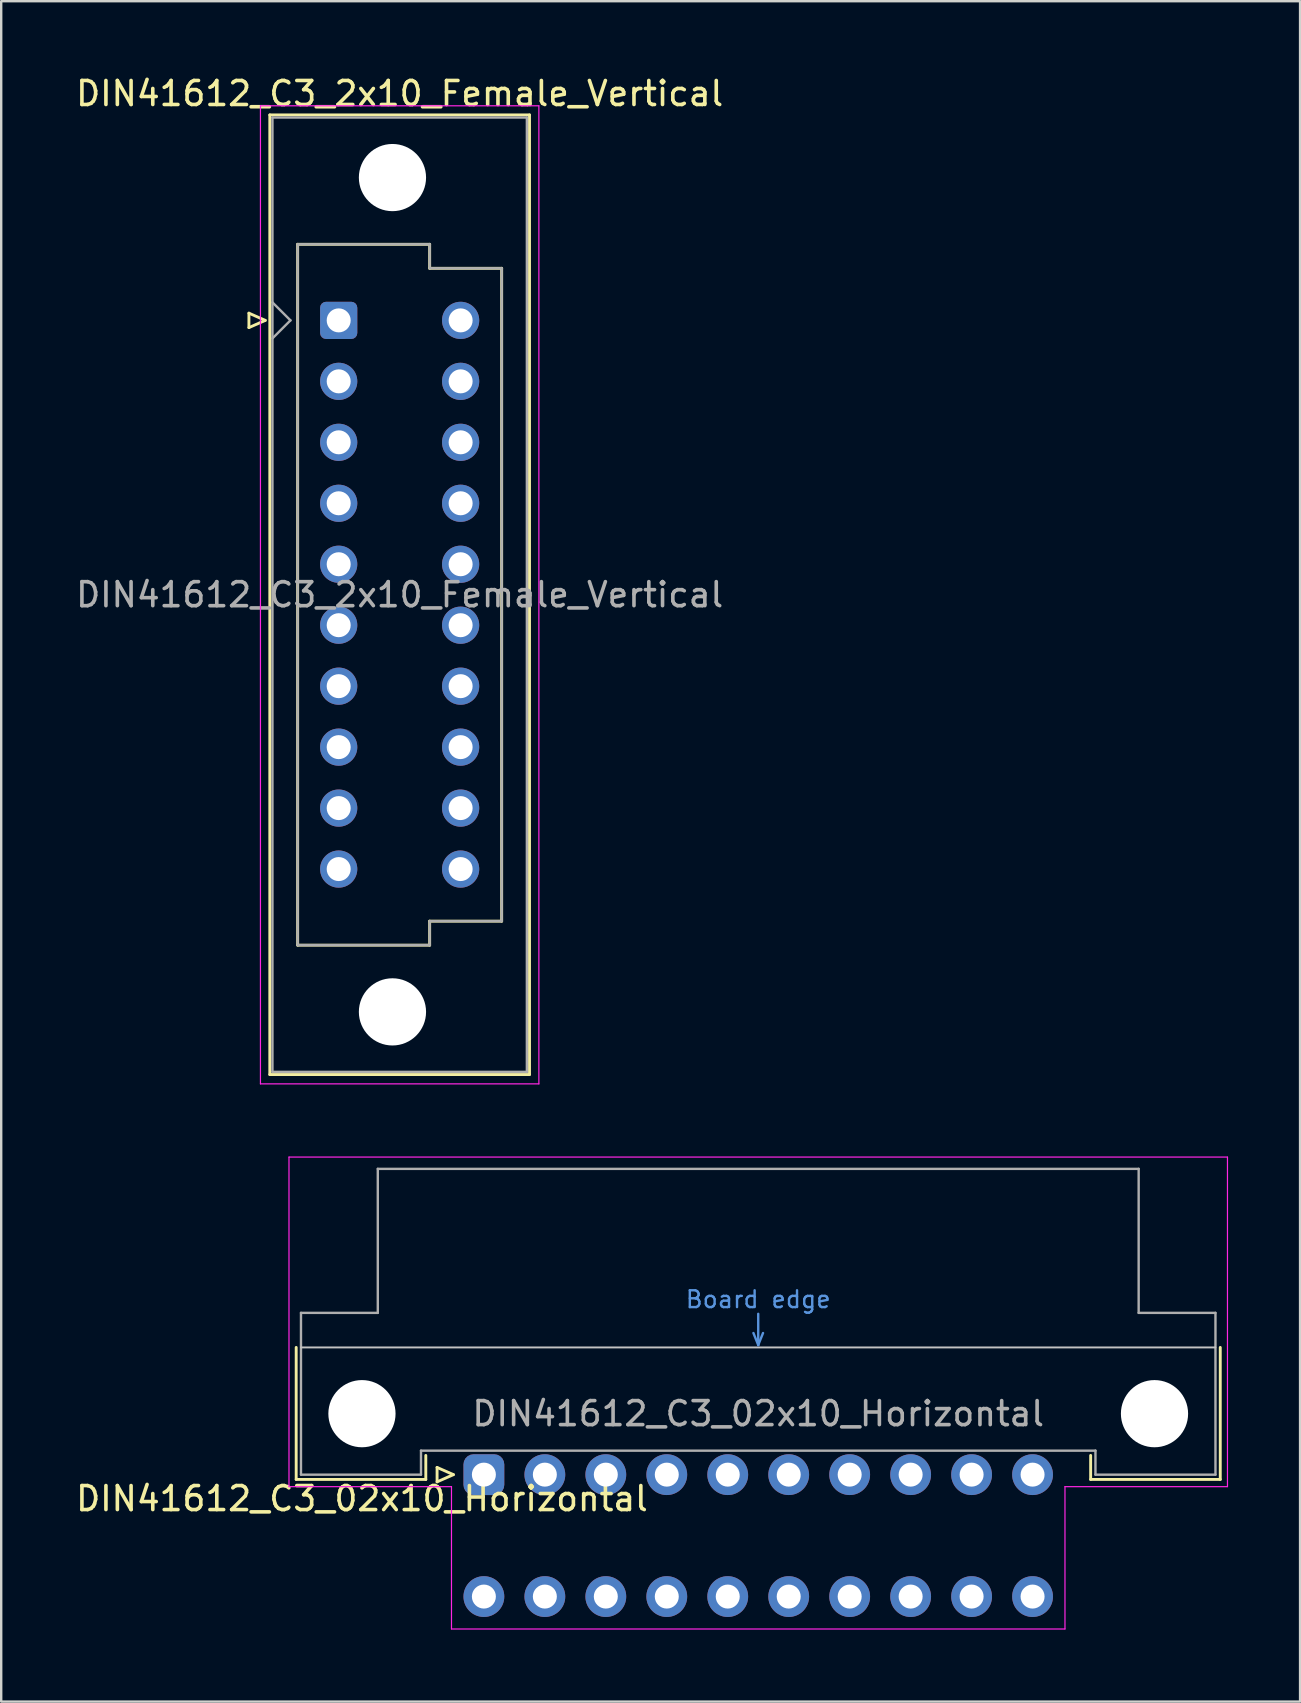
<source format=kicad_pcb>
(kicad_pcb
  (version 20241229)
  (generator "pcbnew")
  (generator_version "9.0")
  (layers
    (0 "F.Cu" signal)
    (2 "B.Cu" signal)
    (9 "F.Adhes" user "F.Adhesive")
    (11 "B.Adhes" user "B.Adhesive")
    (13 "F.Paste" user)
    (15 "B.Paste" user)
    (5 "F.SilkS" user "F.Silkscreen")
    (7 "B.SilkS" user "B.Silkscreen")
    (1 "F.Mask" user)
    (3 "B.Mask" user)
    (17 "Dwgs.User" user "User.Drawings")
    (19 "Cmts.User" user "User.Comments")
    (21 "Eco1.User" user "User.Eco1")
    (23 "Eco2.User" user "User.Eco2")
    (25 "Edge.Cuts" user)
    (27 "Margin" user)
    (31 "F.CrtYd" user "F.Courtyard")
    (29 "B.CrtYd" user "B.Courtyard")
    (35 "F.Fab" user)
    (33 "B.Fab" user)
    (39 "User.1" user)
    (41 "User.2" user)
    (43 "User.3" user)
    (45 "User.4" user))
  (footprint "DIN41612_C3_2x10_Female_Vertical"
    (layer "F.Cu")
    (at 11.061 10.298)
    (property "Reference" "DIN41612_C3_2x10_Female_Vertical" (at 2.54 -9.45 0) (layer "F.SilkS") (effects (font (size 1 1) (thickness 0.15))))
    (attr through_hole)
    (fp_line (start -3.74 -0.3) (end -3.74 0.3) (stroke (width 0.12) (type solid)) (layer "F.SilkS"))
    (fp_line (start -3.74 0.3) (end -3.06 0) (stroke (width 0.12) (type solid)) (layer "F.SilkS"))
    (fp_line (start -3.06 0) (end -3.74 -0.3) (stroke (width 0.12) (type solid)) (layer "F.SilkS"))
    (fp_line (start -2.87 -8.56) (end 7.95 -8.56) (stroke (width 0.12) (type solid)) (layer "F.SilkS"))
    (fp_line (start -2.87 31.42) (end -2.87 -8.56) (stroke (width 0.12) (type solid)) (layer "F.SilkS"))
    (fp_line (start -1.71 -3.17) (end 3.79 -3.17) (stroke (width 0.12) (type solid)) (layer "F.SilkS"))
    (fp_line (start -1.71 26.03) (end -1.71 -3.17) (stroke (width 0.12) (type solid)) (layer "F.SilkS"))
    (fp_line (start 3.79 -3.17) (end 3.79 -2.17) (stroke (width 0.12) (type solid)) (layer "F.SilkS"))
    (fp_line (start 3.79 -2.17) (end 6.79 -2.17) (stroke (width 0.12) (type solid)) (layer "F.SilkS"))
    (fp_line (start 3.79 25.03) (end 3.79 26.03) (stroke (width 0.12) (type solid)) (layer "F.SilkS"))
    (fp_line (start 3.79 26.03) (end -1.71 26.03) (stroke (width 0.12) (type solid)) (layer "F.SilkS"))
    (fp_line (start 6.79 -2.17) (end 6.79 25.03) (stroke (width 0.12) (type solid)) (layer "F.SilkS"))
    (fp_line (start 6.79 25.03) (end 3.79 25.03) (stroke (width 0.12) (type solid)) (layer "F.SilkS"))
    (fp_line (start 7.95 -8.56) (end 7.95 31.42) (stroke (width 0.12) (type solid)) (layer "F.SilkS"))
    (fp_line (start 7.95 31.42) (end -2.87 31.42) (stroke (width 0.12) (type solid)) (layer "F.SilkS"))
    (fp_line (start -3.26 -8.94) (end 8.34 -8.94) (stroke (width 0.05) (type solid)) (layer "F.CrtYd"))
    (fp_line (start -3.26 31.81) (end -3.26 -8.94) (stroke (width 0.05) (type solid)) (layer "F.CrtYd"))
    (fp_line (start 8.34 -8.94) (end 8.34 31.81) (stroke (width 0.05) (type solid)) (layer "F.CrtYd"))
    (fp_line (start 8.34 31.81) (end -3.26 31.81) (stroke (width 0.05) (type solid)) (layer "F.CrtYd"))
    (fp_line (start -2.76 -8.45) (end 7.84 -8.45) (stroke (width 0.1) (type solid)) (layer "F.Fab"))
    (fp_line (start -2.76 -0.75) (end -2.01 0) (stroke (width 0.1) (type solid)) (layer "F.Fab"))
    (fp_line (start -2.76 31.31) (end -2.76 -8.45) (stroke (width 0.1) (type solid)) (layer "F.Fab"))
    (fp_line (start -2.01 0) (end -2.76 0.75) (stroke (width 0.1) (type solid)) (layer "F.Fab"))
    (fp_line (start -1.71 -3.17) (end 3.79 -3.17) (stroke (width 0.1) (type solid)) (layer "F.Fab"))
    (fp_line (start -1.71 26.03) (end -1.71 -3.17) (stroke (width 0.1) (type solid)) (layer "F.Fab"))
    (fp_line (start 3.79 -3.17) (end 3.79 -2.17) (stroke (width 0.1) (type solid)) (layer "F.Fab"))
    (fp_line (start 3.79 -2.17) (end 6.79 -2.17) (stroke (width 0.1) (type solid)) (layer "F.Fab"))
    (fp_line (start 3.79 25.03) (end 3.79 26.03) (stroke (width 0.1) (type solid)) (layer "F.Fab"))
    (fp_line (start 3.79 26.03) (end -1.71 26.03) (stroke (width 0.1) (type solid)) (layer "F.Fab"))
    (fp_line (start 6.79 -2.17) (end 6.79 25.03) (stroke (width 0.1) (type solid)) (layer "F.Fab"))
    (fp_line (start 6.79 25.03) (end 3.79 25.03) (stroke (width 0.1) (type solid)) (layer "F.Fab"))
    (fp_line (start 7.84 -8.45) (end 7.84 31.31) (stroke (width 0.1) (type solid)) (layer "F.Fab"))
    (fp_line (start 7.84 31.31) (end -2.76 31.31) (stroke (width 0.1) (type solid)) (layer "F.Fab"))
    (fp_text user "${REFERENCE}" (at 2.54 11.43 0) (layer "F.Fab") (effects (font (size 1 1) (thickness 0.15))))
    (pad "" np_thru_hole circle (at 2.24 -5.95) (size 2.8 2.8) (drill 2.8) (layers "*.Cu" "*.Mask"))
    (pad "" np_thru_hole circle (at 2.24 28.81) (size 2.8 2.8) (drill 2.8) (layers "*.Cu" "*.Mask"))
    (pad "a1" thru_hole roundrect (at 0 0) (size 1.55 1.55) (drill 1) (layers "*.Cu" "*.Mask") (roundrect_rratio 0.161))
    (pad "a2" thru_hole circle (at 0 2.54) (size 1.55 1.55) (drill 1) (layers "*.Cu" "*.Mask"))
    (pad "a3" thru_hole circle (at 0 5.08) (size 1.55 1.55) (drill 1) (layers "*.Cu" "*.Mask"))
    (pad "a4" thru_hole circle (at 0 7.62) (size 1.55 1.55) (drill 1) (layers "*.Cu" "*.Mask"))
    (pad "a5" thru_hole circle (at 0 10.16) (size 1.55 1.55) (drill 1) (layers "*.Cu" "*.Mask"))
    (pad "a6" thru_hole circle (at 0 12.7) (size 1.55 1.55) (drill 1) (layers "*.Cu" "*.Mask"))
    (pad "a7" thru_hole circle (at 0 15.24) (size 1.55 1.55) (drill 1) (layers "*.Cu" "*.Mask"))
    (pad "a8" thru_hole circle (at 0 17.78) (size 1.55 1.55) (drill 1) (layers "*.Cu" "*.Mask"))
    (pad "a9" thru_hole circle (at 0 20.32) (size 1.55 1.55) (drill 1) (layers "*.Cu" "*.Mask"))
    (pad "a10" thru_hole circle (at 0 22.86) (size 1.55 1.55) (drill 1) (layers "*.Cu" "*.Mask"))
    (pad "c1" thru_hole circle (at 5.08 0) (size 1.55 1.55) (drill 1) (layers "*.Cu" "*.Mask"))
    (pad "c2" thru_hole circle (at 5.08 2.54) (size 1.55 1.55) (drill 1) (layers "*.Cu" "*.Mask"))
    (pad "c3" thru_hole circle (at 5.08 5.08) (size 1.55 1.55) (drill 1) (layers "*.Cu" "*.Mask"))
    (pad "c4" thru_hole circle (at 5.08 7.62) (size 1.55 1.55) (drill 1) (layers "*.Cu" "*.Mask"))
    (pad "c5" thru_hole circle (at 5.08 10.16) (size 1.55 1.55) (drill 1) (layers "*.Cu" "*.Mask"))
    (pad "c6" thru_hole circle (at 5.08 12.7) (size 1.55 1.55) (drill 1) (layers "*.Cu" "*.Mask"))
    (pad "c7" thru_hole circle (at 5.08 15.24) (size 1.55 1.55) (drill 1) (layers "*.Cu" "*.Mask"))
    (pad "c8" thru_hole circle (at 5.08 17.78) (size 1.55 1.55) (drill 1) (layers "*.Cu" "*.Mask"))
    (pad "c9" thru_hole circle (at 5.08 20.32) (size 1.55 1.55) (drill 1) (layers "*.Cu" "*.Mask"))
    (pad "c10" thru_hole circle (at 5.08 22.86) (size 1.55 1.55) (drill 1) (layers "*.Cu" "*.Mask")))
  (footprint "DIN41612_C3_02x10_Horizontal"
    (layer "F.Cu")
    (at 17.11 58.388)
    (property "Reference" "DIN41612_C3_02x10_Horizontal" (at -5.08 1 0) (layer "F.SilkS") (effects (font (size 1 1) (thickness 0.15))))
    (attr through_hole)
    (fp_line (start -7.82 -5.3) (end -7.82 0.2) (stroke (width 0.12) (type solid)) (layer "F.SilkS"))
    (fp_line (start -7.82 0.2) (end -2.42 0.2) (stroke (width 0.12) (type solid)) (layer "F.SilkS"))
    (fp_line (start -2.42 0.2) (end -2.42 -0.8) (stroke (width 0.12) (type solid)) (layer "F.SilkS"))
    (fp_line (start -1.95 -0.3) (end -1.95 0.3) (stroke (width 0.12) (type solid)) (layer "F.SilkS"))
    (fp_line (start -1.95 0.3) (end -1.27 0) (stroke (width 0.12) (type solid)) (layer "F.SilkS"))
    (fp_line (start -1.27 0) (end -1.95 -0.3) (stroke (width 0.12) (type solid)) (layer "F.SilkS"))
    (fp_line (start 25.28 0.2) (end 25.28 -0.8) (stroke (width 0.12) (type solid)) (layer "F.SilkS"))
    (fp_line (start 30.68 -5.3) (end 30.68 0.2) (stroke (width 0.12) (type solid)) (layer "F.SilkS"))
    (fp_line (start 30.68 0.2) (end 25.28 0.2) (stroke (width 0.12) (type solid)) (layer "F.SilkS"))
    (fp_line (start -7.62 -5.3) (end 30.48 -5.3) (stroke (width 0.08) (type solid)) (layer "Dwgs.User"))
    (fp_line (start 11.23 -5.9) (end 11.43 -5.4) (stroke (width 0.1) (type solid)) (layer "Cmts.User"))
    (fp_line (start 11.43 -5.4) (end 11.43 -6.7) (stroke (width 0.1) (type solid)) (layer "Cmts.User"))
    (fp_line (start 11.43 -5.4) (end 11.63 -5.9) (stroke (width 0.1) (type solid)) (layer "Cmts.User"))
    (fp_line (start -8.12 -13.23) (end -8.12 0.5) (stroke (width 0.05) (type solid)) (layer "F.CrtYd"))
    (fp_line (start -8.12 0.5) (end -1.35 0.5) (stroke (width 0.05) (type solid)) (layer "F.CrtYd"))
    (fp_line (start -1.35 0.5) (end -1.35 6.43) (stroke (width 0.05) (type solid)) (layer "F.CrtYd"))
    (fp_line (start -1.35 6.43) (end 24.21 6.43) (stroke (width 0.05) (type solid)) (layer "F.CrtYd"))
    (fp_line (start 24.21 0.5) (end 30.98 0.5) (stroke (width 0.05) (type solid)) (layer "F.CrtYd"))
    (fp_line (start 24.21 6.43) (end 24.21 0.5) (stroke (width 0.05) (type solid)) (layer "F.CrtYd"))
    (fp_line (start 30.98 -13.23) (end -8.12 -13.23) (stroke (width 0.05) (type solid)) (layer "F.CrtYd"))
    (fp_line (start 30.98 0.5) (end 30.98 -13.23) (stroke (width 0.05) (type solid)) (layer "F.CrtYd"))
    (fp_line (start -7.62 -6.74) (end -7.62 0) (stroke (width 0.1) (type solid)) (layer "F.Fab"))
    (fp_line (start -7.62 0) (end -2.62 0) (stroke (width 0.1) (type solid)) (layer "F.Fab"))
    (fp_line (start -4.42 -12.74) (end -4.42 -6.74) (stroke (width 0.1) (type solid)) (layer "F.Fab"))
    (fp_line (start -4.42 -6.74) (end -7.62 -6.74) (stroke (width 0.1) (type solid)) (layer "F.Fab"))
    (fp_line (start -2.62 -1) (end 25.48 -1) (stroke (width 0.1) (type solid)) (layer "F.Fab"))
    (fp_line (start -2.62 0) (end -2.62 -1) (stroke (width 0.1) (type solid)) (layer "F.Fab"))
    (fp_line (start 25.48 -1) (end 25.48 0) (stroke (width 0.1) (type solid)) (layer "F.Fab"))
    (fp_line (start 25.48 0) (end 30.48 0) (stroke (width 0.1) (type solid)) (layer "F.Fab"))
    (fp_line (start 27.28 -12.74) (end -4.42 -12.74) (stroke (width 0.1) (type solid)) (layer "F.Fab"))
    (fp_line (start 27.28 -6.74) (end 27.28 -12.74) (stroke (width 0.1) (type solid)) (layer "F.Fab"))
    (fp_line (start 30.48 -6.74) (end 27.28 -6.74) (stroke (width 0.1) (type solid)) (layer "F.Fab"))
    (fp_line (start 30.48 0) (end 30.48 -6.74) (stroke (width 0.1) (type solid)) (layer "F.Fab"))
    (fp_text user "Board edge" (at 11.43 -7.3 0) (layer "Cmts.User") (effects (font (size 0.7 0.7) (thickness 0.1))))
    (fp_text user "${REFERENCE}" (at 11.43 -2.54 0) (layer "F.Fab") (effects (font (size 1 1) (thickness 0.15))))
    (pad "" np_thru_hole circle (at -5.08 -2.54) (size 2.8 2.8) (drill 2.8) (layers "*.Cu" "*.Mask"))
    (pad "" np_thru_hole circle (at 27.94 -2.54) (size 2.8 2.8) (drill 2.8) (layers "*.Cu" "*.Mask"))
    (pad "a1" thru_hole roundrect (at 0 0) (size 1.7 1.7) (drill 1) (layers "*.Cu" "*.Mask") (roundrect_rratio 0.25))
    (pad "a2" thru_hole circle (at 2.54 0) (size 1.7 1.7) (drill 1) (layers "*.Cu" "*.Mask"))
    (pad "a3" thru_hole circle (at 5.08 0) (size 1.7 1.7) (drill 1) (layers "*.Cu" "*.Mask"))
    (pad "a4" thru_hole circle (at 7.62 0) (size 1.7 1.7) (drill 1) (layers "*.Cu" "*.Mask"))
    (pad "a5" thru_hole circle (at 10.16 0) (size 1.7 1.7) (drill 1) (layers "*.Cu" "*.Mask"))
    (pad "a6" thru_hole circle (at 12.7 0) (size 1.7 1.7) (drill 1) (layers "*.Cu" "*.Mask"))
    (pad "a7" thru_hole circle (at 15.24 0) (size 1.7 1.7) (drill 1) (layers "*.Cu" "*.Mask"))
    (pad "a8" thru_hole circle (at 17.78 0) (size 1.7 1.7) (drill 1) (layers "*.Cu" "*.Mask"))
    (pad "a9" thru_hole circle (at 20.32 0) (size 1.7 1.7) (drill 1) (layers "*.Cu" "*.Mask"))
    (pad "a10" thru_hole circle (at 22.86 0) (size 1.7 1.7) (drill 1) (layers "*.Cu" "*.Mask"))
    (pad "c1" thru_hole circle (at 0 5.08) (size 1.7 1.7) (drill 1) (layers "*.Cu" "*.Mask"))
    (pad "c2" thru_hole circle (at 2.54 5.08) (size 1.7 1.7) (drill 1) (layers "*.Cu" "*.Mask"))
    (pad "c3" thru_hole circle (at 5.08 5.08) (size 1.7 1.7) (drill 1) (layers "*.Cu" "*.Mask"))
    (pad "c4" thru_hole circle (at 7.62 5.08) (size 1.7 1.7) (drill 1) (layers "*.Cu" "*.Mask"))
    (pad "c5" thru_hole circle (at 10.16 5.08) (size 1.7 1.7) (drill 1) (layers "*.Cu" "*.Mask"))
    (pad "c6" thru_hole circle (at 12.7 5.08) (size 1.7 1.7) (drill 1) (layers "*.Cu" "*.Mask"))
    (pad "c7" thru_hole circle (at 15.24 5.08) (size 1.7 1.7) (drill 1) (layers "*.Cu" "*.Mask"))
    (pad "c8" thru_hole circle (at 17.78 5.08) (size 1.7 1.7) (drill 1) (layers "*.Cu" "*.Mask"))
    (pad "c9" thru_hole circle (at 20.32 5.08) (size 1.7 1.7) (drill 1) (layers "*.Cu" "*.Mask"))
    (pad "c10" thru_hole circle (at 22.86 5.08) (size 1.7 1.7) (drill 1) (layers "*.Cu" "*.Mask")))
  (gr_rect
    (start -3 -3)
    (end 51.115 67.843)
    (stroke (width 0.1) (type default))
    (fill no)
    (layer "Edge.Cuts")))
</source>
